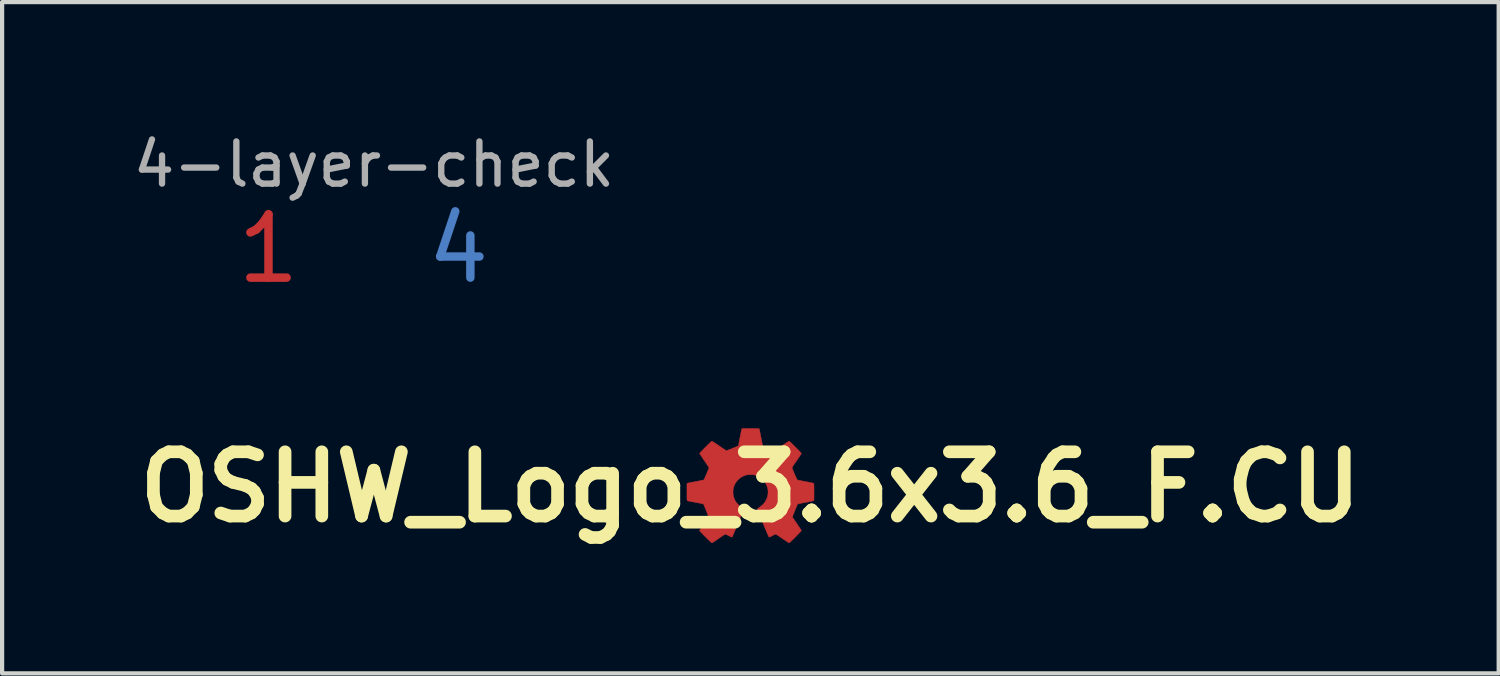
<source format=kicad_pcb>
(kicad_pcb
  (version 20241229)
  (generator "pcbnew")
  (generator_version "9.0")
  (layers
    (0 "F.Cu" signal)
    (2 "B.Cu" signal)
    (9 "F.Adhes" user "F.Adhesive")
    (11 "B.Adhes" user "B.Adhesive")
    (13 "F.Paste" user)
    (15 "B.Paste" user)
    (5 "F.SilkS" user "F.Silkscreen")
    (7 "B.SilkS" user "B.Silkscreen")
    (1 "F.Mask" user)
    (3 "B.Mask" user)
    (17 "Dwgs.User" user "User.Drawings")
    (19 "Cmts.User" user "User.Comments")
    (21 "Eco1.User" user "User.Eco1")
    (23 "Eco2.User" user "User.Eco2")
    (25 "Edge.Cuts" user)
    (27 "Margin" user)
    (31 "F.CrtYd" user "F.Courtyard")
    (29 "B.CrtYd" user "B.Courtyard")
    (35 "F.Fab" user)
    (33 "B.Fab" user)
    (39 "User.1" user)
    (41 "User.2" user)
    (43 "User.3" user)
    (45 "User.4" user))
  (footprint "OSHW_Logo_3.6x3.6_F.CU"
    (layer "F.Cu")
    (at 14.739 8.495)
    (property "Reference" "OSHW_Logo_3.6x3.6_F.CU" (at 0 0 0) (layer "F.SilkS") (effects (font (size 1.524 1.524) (thickness 0.3))))
    (attr through_hole)
    (fp_poly (pts (xy 0.046 -1.387) (xy 0.087 -1.386) (xy 0.124 -1.386) (xy 0.155 -1.385) (xy 0.18 -1.384) (xy 0.198 -1.384) (xy 0.207 -1.383) (xy 0.207 -1.383) (xy 0.21 -1.377) (xy 0.214 -1.361) (xy 0.219 -1.337) (xy 0.226 -1.305) (xy 0.234 -1.266) (xy 0.243 -1.221) (xy 0.251 -1.179) (xy 0.259 -1.135) (xy 0.267 -1.095) (xy 0.274 -1.058) (xy 0.281 -1.027) (xy 0.286 -1.002) (xy 0.29 -0.985) (xy 0.292 -0.976) (xy 0.293 -0.975) (xy 0.299 -0.972) (xy 0.313 -0.965) (xy 0.334 -0.956) (xy 0.359 -0.945) (xy 0.388 -0.933) (xy 0.419 -0.92) (xy 0.451 -0.908) (xy 0.482 -0.895) (xy 0.511 -0.884) (xy 0.537 -0.874) (xy 0.557 -0.866) (xy 0.571 -0.862) (xy 0.577 -0.86) (xy 0.577 -0.86) (xy 0.582 -0.864) (xy 0.595 -0.872) (xy 0.614 -0.885) (xy 0.639 -0.902) (xy 0.668 -0.922) (xy 0.701 -0.944) (xy 0.737 -0.969) (xy 0.746 -0.975) (xy 0.782 -1) (xy 0.816 -1.023) (xy 0.847 -1.043) (xy 0.873 -1.06) (xy 0.895 -1.074) (xy 0.91 -1.083) (xy 0.917 -1.087) (xy 0.918 -1.087) (xy 0.924 -1.084) (xy 0.936 -1.074) (xy 0.953 -1.058) (xy 0.974 -1.039) (xy 0.998 -1.015) (xy 1.024 -0.989) (xy 1.052 -0.962) (xy 1.081 -0.933) (xy 1.108 -0.905) (xy 1.135 -0.879) (xy 1.158 -0.854) (xy 1.178 -0.833) (xy 1.194 -0.815) (xy 1.205 -0.803) (xy 1.209 -0.796) (xy 1.209 -0.796) (xy 1.206 -0.79) (xy 1.198 -0.776) (xy 1.186 -0.757) (xy 1.169 -0.731) (xy 1.15 -0.702) (xy 1.128 -0.669) (xy 1.103 -0.633) (xy 1.102 -0.631) (xy 1.077 -0.595) (xy 1.054 -0.562) (xy 1.034 -0.532) (xy 1.017 -0.506) (xy 1.003 -0.485) (xy 0.994 -0.471) (xy 0.99 -0.464) (xy 0.99 -0.464) (xy 0.989 -0.46) (xy 0.99 -0.452) (xy 0.993 -0.44) (xy 0.999 -0.423) (xy 1.008 -0.4) (xy 1.02 -0.37) (xy 1.036 -0.332) (xy 1.045 -0.313) (xy 1.061 -0.275) (xy 1.076 -0.241) (xy 1.089 -0.213) (xy 1.1 -0.19) (xy 1.108 -0.175) (xy 1.113 -0.167) (xy 1.114 -0.167) (xy 1.121 -0.165) (xy 1.136 -0.161) (xy 1.16 -0.157) (xy 1.19 -0.151) (xy 1.225 -0.144) (xy 1.264 -0.136) (xy 1.307 -0.128) (xy 1.311 -0.127) (xy 1.36 -0.118) (xy 1.403 -0.109) (xy 1.439 -0.102) (xy 1.468 -0.096) (xy 1.489 -0.09) (xy 1.502 -0.087) (xy 1.504 -0.085) (xy 1.505 -0.079) (xy 1.506 -0.063) (xy 1.507 -0.04) (xy 1.508 -0.01) (xy 1.508 0.026) (xy 1.509 0.066) (xy 1.509 0.109) (xy 1.509 0.12) (xy 1.509 0.172) (xy 1.508 0.214) (xy 1.508 0.248) (xy 1.508 0.274) (xy 1.507 0.294) (xy 1.506 0.308) (xy 1.505 0.317) (xy 1.503 0.323) (xy 1.502 0.325) (xy 1.495 0.327) (xy 1.48 0.331) (xy 1.457 0.336) (xy 1.427 0.342) (xy 1.392 0.349) (xy 1.353 0.357) (xy 1.312 0.364) (xy 1.266 0.373) (xy 1.225 0.381) (xy 1.189 0.388) (xy 1.16 0.395) (xy 1.138 0.4) (xy 1.125 0.404) (xy 1.122 0.405) (xy 1.118 0.412) (xy 1.111 0.426) (xy 1.101 0.447) (xy 1.09 0.473) (xy 1.078 0.503) (xy 1.064 0.535) (xy 1.051 0.569) (xy 1.038 0.602) (xy 1.026 0.633) (xy 1.015 0.661) (xy 1.006 0.684) (xy 1 0.702) (xy 0.998 0.712) (xy 0.998 0.714) (xy 1.001 0.719) (xy 1.009 0.732) (xy 1.022 0.752) (xy 1.039 0.776) (xy 1.059 0.805) (xy 1.081 0.838) (xy 1.105 0.873) (xy 1.128 0.908) (xy 1.151 0.941) (xy 1.17 0.97) (xy 1.186 0.995) (xy 1.199 1.015) (xy 1.206 1.029) (xy 1.209 1.035) (xy 1.206 1.04) (xy 1.196 1.052) (xy 1.18 1.069) (xy 1.161 1.09) (xy 1.137 1.114) (xy 1.111 1.141) (xy 1.084 1.169) (xy 1.056 1.197) (xy 1.028 1.225) (xy 1.001 1.251) (xy 0.977 1.275) (xy 0.955 1.295) (xy 0.938 1.311) (xy 0.925 1.322) (xy 0.919 1.326) (xy 0.919 1.326) (xy 0.913 1.323) (xy 0.9 1.315) (xy 0.88 1.303) (xy 0.855 1.286) (xy 0.826 1.267) (xy 0.793 1.245) (xy 0.759 1.222) (xy 0.724 1.198) (xy 0.691 1.176) (xy 0.662 1.156) (xy 0.637 1.14) (xy 0.618 1.128) (xy 0.605 1.12) (xy 0.599 1.118) (xy 0.591 1.12) (xy 0.577 1.126) (xy 0.557 1.136) (xy 0.534 1.148) (xy 0.523 1.153) (xy 0.498 1.167) (xy 0.476 1.177) (xy 0.458 1.185) (xy 0.447 1.188) (xy 0.446 1.188) (xy 0.443 1.186) (xy 0.44 1.182) (xy 0.435 1.175) (xy 0.43 1.165) (xy 0.422 1.149) (xy 0.413 1.129) (xy 0.402 1.103) (xy 0.388 1.071) (xy 0.372 1.032) (xy 0.352 0.986) (xy 0.33 0.932) (xy 0.303 0.868) (xy 0.299 0.857) (xy 0.276 0.803) (xy 0.255 0.75) (xy 0.235 0.702) (xy 0.217 0.657) (xy 0.201 0.617) (xy 0.188 0.584) (xy 0.178 0.556) (xy 0.17 0.536) (xy 0.166 0.524) (xy 0.166 0.521) (xy 0.171 0.515) (xy 0.183 0.505) (xy 0.199 0.492) (xy 0.215 0.481) (xy 0.257 0.45) (xy 0.292 0.42) (xy 0.32 0.391) (xy 0.344 0.359) (xy 0.366 0.323) (xy 0.377 0.303) (xy 0.401 0.244) (xy 0.415 0.184) (xy 0.42 0.123) (xy 0.416 0.062) (xy 0.402 0.002) (xy 0.38 -0.056) (xy 0.349 -0.11) (xy 0.309 -0.16) (xy 0.306 -0.164) (xy 0.258 -0.207) (xy 0.205 -0.243) (xy 0.145 -0.27) (xy 0.117 -0.28) (xy 0.1 -0.285) (xy 0.084 -0.288) (xy 0.067 -0.29) (xy 0.045 -0.292) (xy 0.018 -0.292) (xy 0.003 -0.292) (xy -0.029 -0.292) (xy -0.053 -0.291) (xy -0.072 -0.289) (xy -0.088 -0.287) (xy -0.104 -0.282) (xy -0.112 -0.28) (xy -0.174 -0.256) (xy -0.23 -0.223) (xy -0.28 -0.183) (xy -0.323 -0.136) (xy -0.359 -0.082) (xy -0.369 -0.064) (xy -0.389 -0.017) (xy -0.403 0.028) (xy -0.41 0.073) (xy -0.412 0.122) (xy -0.407 0.187) (xy -0.393 0.249) (xy -0.369 0.308) (xy -0.337 0.362) (xy -0.296 0.41) (xy -0.278 0.427) (xy -0.254 0.447) (xy -0.228 0.467) (xy -0.203 0.485) (xy -0.181 0.499) (xy -0.179 0.501) (xy -0.167 0.51) (xy -0.16 0.519) (xy -0.16 0.521) (xy -0.161 0.527) (xy -0.166 0.543) (xy -0.175 0.567) (xy -0.187 0.598) (xy -0.203 0.637) (xy -0.221 0.683) (xy -0.242 0.735) (xy -0.266 0.793) (xy -0.289 0.85) (xy -0.312 0.904) (xy -0.333 0.955) (xy -0.353 1.003) (xy -0.371 1.047) (xy -0.388 1.086) (xy -0.402 1.119) (xy -0.413 1.146) (xy -0.421 1.165) (xy -0.426 1.176) (xy -0.427 1.179) (xy -0.435 1.187) (xy -0.442 1.189) (xy -0.45 1.186) (xy -0.464 1.18) (xy -0.484 1.17) (xy -0.508 1.158) (xy -0.518 1.153) (xy -0.548 1.137) (xy -0.572 1.126) (xy -0.588 1.12) (xy -0.596 1.119) (xy -0.603 1.122) (xy -0.617 1.131) (xy -0.637 1.143) (xy -0.661 1.159) (xy -0.689 1.178) (xy -0.706 1.189) (xy -0.753 1.222) (xy -0.792 1.249) (xy -0.825 1.271) (xy -0.851 1.289) (xy -0.871 1.302) (xy -0.887 1.312) (xy -0.898 1.319) (xy -0.906 1.323) (xy -0.911 1.325) (xy -0.914 1.326) (xy -0.919 1.322) (xy -0.93 1.312) (xy -0.948 1.297) (xy -0.969 1.276) (xy -0.995 1.252) (xy -1.023 1.224) (xy -1.054 1.194) (xy -1.06 1.188) (xy -1.091 1.156) (xy -1.12 1.127) (xy -1.146 1.101) (xy -1.167 1.078) (xy -1.185 1.06) (xy -1.196 1.048) (xy -1.201 1.041) (xy -1.202 1.04) (xy -1.203 1.037) (xy -1.203 1.034) (xy -1.202 1.03) (xy -1.2 1.025) (xy -1.195 1.017) (xy -1.188 1.005) (xy -1.178 0.989) (xy -1.164 0.969) (xy -1.146 0.942) (xy -1.123 0.909) (xy -1.095 0.868) (xy -1.092 0.864) (xy -1.069 0.83) (xy -1.047 0.797) (xy -1.028 0.769) (xy -1.012 0.744) (xy -1 0.726) (xy -0.993 0.713) (xy -0.991 0.708) (xy -0.992 0.702) (xy -0.998 0.687) (xy -1.006 0.666) (xy -1.016 0.638) (xy -1.029 0.606) (xy -1.043 0.571) (xy -1.05 0.553) (xy -1.067 0.509) (xy -1.082 0.474) (xy -1.094 0.447) (xy -1.103 0.427) (xy -1.11 0.413) (xy -1.116 0.404) (xy -1.12 0.401) (xy -1.127 0.399) (xy -1.143 0.396) (xy -1.167 0.391) (xy -1.197 0.385) (xy -1.232 0.378) (xy -1.271 0.371) (xy -1.31 0.363) (xy -1.352 0.356) (xy -1.39 0.348) (xy -1.425 0.341) (xy -1.454 0.335) (xy -1.476 0.33) (xy -1.491 0.327) (xy -1.497 0.325) (xy -1.499 0.321) (xy -1.5 0.315) (xy -1.501 0.303) (xy -1.502 0.287) (xy -1.503 0.264) (xy -1.503 0.234) (xy -1.504 0.196) (xy -1.504 0.149) (xy -1.504 0.119) (xy -1.504 -0.081) (xy -1.492 -0.088) (xy -1.485 -0.091) (xy -1.468 -0.095) (xy -1.445 -0.1) (xy -1.414 -0.106) (xy -1.379 -0.113) (xy -1.339 -0.121) (xy -1.297 -0.129) (xy -1.295 -0.129) (xy -1.253 -0.137) (xy -1.214 -0.145) (xy -1.179 -0.152) (xy -1.149 -0.158) (xy -1.126 -0.163) (xy -1.11 -0.167) (xy -1.104 -0.169) (xy -1.104 -0.169) (xy -1.1 -0.176) (xy -1.093 -0.19) (xy -1.083 -0.211) (xy -1.072 -0.236) (xy -1.059 -0.266) (xy -1.045 -0.297) (xy -1.031 -0.329) (xy -1.018 -0.361) (xy -1.006 -0.39) (xy -0.995 -0.415) (xy -0.987 -0.436) (xy -0.982 -0.45) (xy -0.98 -0.456) (xy -0.983 -0.461) (xy -0.991 -0.475) (xy -1.004 -0.494) (xy -1.02 -0.519) (xy -1.04 -0.549) (xy -1.062 -0.582) (xy -1.086 -0.618) (xy -1.09 -0.623) (xy -1.115 -0.659) (xy -1.138 -0.693) (xy -1.158 -0.724) (xy -1.176 -0.75) (xy -1.189 -0.771) (xy -1.198 -0.785) (xy -1.203 -0.793) (xy -1.203 -0.793) (xy -1.202 -0.797) (xy -1.198 -0.804) (xy -1.19 -0.815) (xy -1.177 -0.829) (xy -1.159 -0.848) (xy -1.136 -0.872) (xy -1.107 -0.902) (xy -1.071 -0.938) (xy -1.064 -0.945) (xy -1.028 -0.981) (xy -0.996 -1.013) (xy -0.968 -1.039) (xy -0.945 -1.061) (xy -0.928 -1.076) (xy -0.917 -1.085) (xy -0.913 -1.087) (xy -0.906 -1.084) (xy -0.893 -1.076) (xy -0.873 -1.064) (xy -0.847 -1.048) (xy -0.818 -1.028) (xy -0.784 -1.006) (xy -0.749 -0.981) (xy -0.745 -0.979) (xy -0.709 -0.954) (xy -0.675 -0.931) (xy -0.645 -0.91) (xy -0.619 -0.893) (xy -0.598 -0.879) (xy -0.583 -0.869) (xy -0.576 -0.865) (xy -0.576 -0.864) (xy -0.571 -0.863) (xy -0.565 -0.863) (xy -0.555 -0.865) (xy -0.541 -0.87) (xy -0.522 -0.877) (xy -0.496 -0.887) (xy -0.462 -0.9) (xy -0.438 -0.91) (xy -0.397 -0.927) (xy -0.363 -0.941) (xy -0.337 -0.952) (xy -0.318 -0.96) (xy -0.304 -0.967) (xy -0.294 -0.972) (xy -0.288 -0.976) (xy -0.285 -0.979) (xy -0.283 -0.983) (xy -0.282 -0.985) (xy -0.28 -0.992) (xy -0.277 -1.008) (xy -0.273 -1.032) (xy -0.267 -1.062) (xy -0.26 -1.097) (xy -0.253 -1.137) (xy -0.245 -1.179) (xy -0.244 -1.184) (xy -0.236 -1.227) (xy -0.228 -1.266) (xy -0.221 -1.302) (xy -0.215 -1.332) (xy -0.209 -1.356) (xy -0.205 -1.372) (xy -0.203 -1.379) (xy -0.203 -1.38) (xy -0.2 -1.382) (xy -0.193 -1.383) (xy -0.183 -1.384) (xy -0.167 -1.385) (xy -0.146 -1.386) (xy -0.117 -1.386) (xy -0.081 -1.387) (xy -0.037 -1.387) (xy 0.002 -1.387) (xy 0.046 -1.387)) (stroke (width 0.01) (type solid)) (fill yes) (layer "F.Cu")))
  (footprint "4-layer-check"
    (layer "F.Cu")
    (at 5.815 2.848)
    (property "Reference" "4-layer-check" (at 0 -2 0) (layer "F.Fab") (effects (font (size 1 1) (thickness 0.15))))
    (attr through_hole)
    (fp_poly (pts (xy -3.25 -1.25) (xy 2.75 -1.25) (xy 2.75 1) (xy -3.25 1)) (stroke (width 0.15) (type solid)) (fill yes) (layer "F.Mask"))
    (fp_poly (pts (xy -3.25 -1.25) (xy 2.75 -1.25) (xy 2.75 1) (xy -3.25 1)) (stroke (width 0.15) (type solid)) (fill yes) (layer "B.Mask"))
    (fp_text user "1" (at -2.5 0 0) (layer "F.Cu") (effects (font (size 1.5 1.5) (thickness 0.2))))
    (fp_text user "4" (at 2 0 0) (layer "B.Cu") (effects (font (size 1.5 1.5) (thickness 0.2))))
    (fp_text user "2" (at -1 0 0) (layer "In1.Cu") (effects (font (size 1.5 1.5) (thickness 0.2))))
    (fp_text user "3" (at 0.5 0 0) (layer "In2.Cu") (effects (font (size 1.5 1.5) (thickness 0.2)))))
  (gr_rect
    (start -3 -3)
    (end 32.479 12.913)
    (stroke (width 0.1) (type default))
    (fill no)
    (layer "Edge.Cuts")))
</source>
